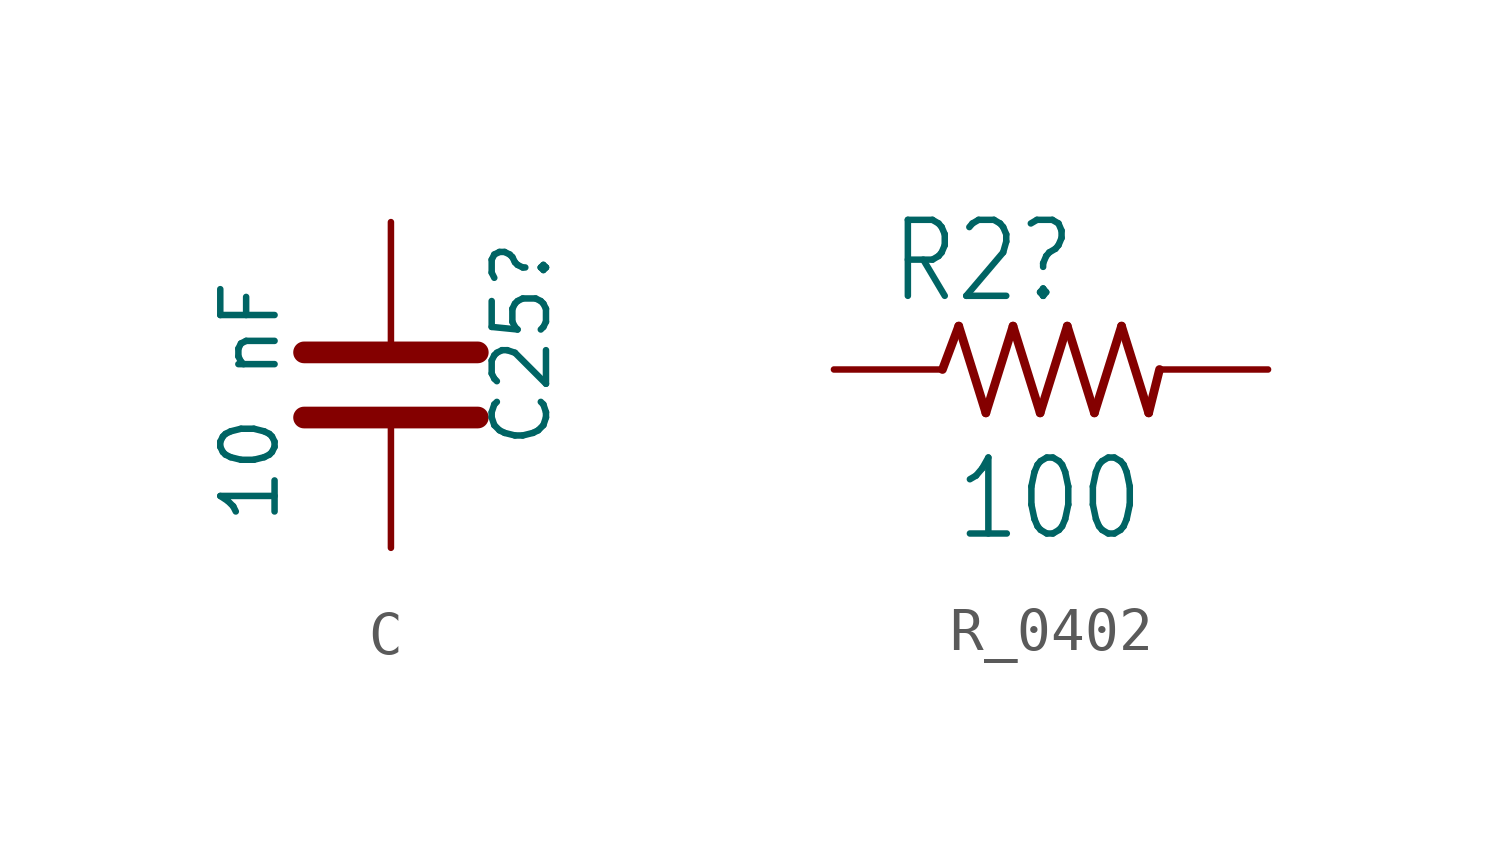
<source format=kicad_sym>
(kicad_symbol_lib
  (version 20241209)
  (generator "kicad_symbol_editor")
  (generator_version "9.0")
  (symbol "C"
    (pin_numbers
      (hide yes))
    (pin_names
      (offset 0.254))
    (property "Reference" "C25"
      (at 3.048 -1.524 90)
      (effects (font (size 1.27 1.27)) (justify left)))
    (property "Value" "10 nF"
      (at -3.302 -3.302 90)
      (effects (font (size 1.27 1.27)) (justify left)))
    (symbol "C_0_1"
      (polyline (pts (xy -2.032 0.762) (xy 2.032 0.762)) (stroke (width 0.508) (type default)) (fill (type none)))
      (polyline (pts (xy -2.032 -0.762) (xy 2.032 -0.762)) (stroke (width 0.508) (type default)) (fill (type none))))
    (symbol "C_1_1"
      (pin passive line (at 0 3.81 270) (length 2.794) (name "~" (effects (font (size 1.27 1.27)))) (number "1" (effects (font (size 1.27 1.27)))))
      (pin passive line (at 0 -3.81 90) (length 2.794) (name "~" (effects (font (size 1.27 1.27)))) (number "2" (effects (font (size 1.27 1.27)))))))
  (symbol "R_0402"
    (property "Reference" "R2"
      (at -3.81 1.499 0)
      (effects (font (size 1.778 1.511)) (justify left bottom)))
    (property "Value" "100"
      (at -2.286 -4.064 0)
      (effects (font (size 1.778 1.511)) (justify left bottom)))
    (property "ki_locked" ""
      (at 0 0 0)
      (effects (font (size 1.27 1.27))))
    (symbol "R_0402_1_0"
      (polyline (pts (xy -2.54 0) (xy -2.159 1.016)) (stroke (width 0.203) (type solid)) (fill (type none)))
      (polyline (pts (xy -2.159 1.016) (xy -1.524 -1.016)) (stroke (width 0.203) (type solid)) (fill (type none)))
      (polyline (pts (xy -1.524 -1.016) (xy -0.889 1.016)) (stroke (width 0.203) (type solid)) (fill (type none)))
      (polyline (pts (xy -0.889 1.016) (xy -0.254 -1.016)) (stroke (width 0.203) (type solid)) (fill (type none)))
      (polyline (pts (xy -0.254 -1.016) (xy 0.381 1.016)) (stroke (width 0.203) (type solid)) (fill (type none)))
      (polyline (pts (xy 0.381 1.016) (xy 1.016 -1.016)) (stroke (width 0.203) (type solid)) (fill (type none)))
      (polyline (pts (xy 1.016 -1.016) (xy 1.651 1.016)) (stroke (width 0.203) (type solid)) (fill (type none)))
      (polyline (pts (xy 1.651 1.016) (xy 2.286 -1.016)) (stroke (width 0.203) (type solid)) (fill (type none)))
      (polyline (pts (xy 2.286 -1.016) (xy 2.54 0)) (stroke (width 0.203) (type solid)) (fill (type none)))
      (pin passive line (at -5.08 0 0) (length 2.54) (name "1" (effects (font (size 0 0)))) (number "1" (effects (font (size 0 0)))))
      (pin passive line (at 5.08 0 180) (length 2.54) (name "2" (effects (font (size 0 0)))) (number "2" (effects (font (size 0 0))))))))
</source>
